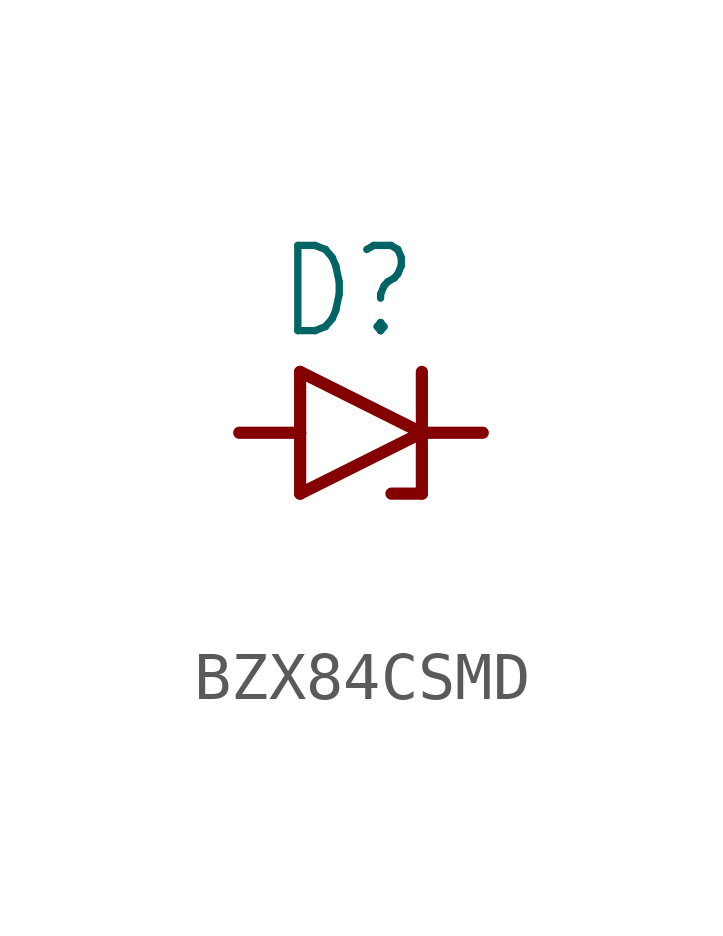
<source format=kicad_sym>
(kicad_symbol_lib
  (version 20231120)
  (generator "kicad_symbol_editor")
  (generator_version "8.0")
  (symbol "BZX84CSMD"
    (property "Reference" "D"
      (at -1.778 1.905 0)
      (effects (font (size 1.778 1.511)) (justify left bottom)))
    (property "Value" ""
      (at -1.778 -3.429 0)
      (effects (font (size 1.778 1.511)) (justify left bottom)))
    (property "ki_locked" ""
      (at 0 0 0)
      (effects (font (size 1.27 1.27))))
    (symbol "BZX84CSMD_1_0"
      (polyline (pts (xy -1.27 -1.27) (xy 1.27 0)) (stroke (width 0.254) (type solid)) (fill (type none)))
      (polyline (pts (xy -1.27 0) (xy -2.54 0)) (stroke (width 0.254) (type solid)) (fill (type none)))
      (polyline (pts (xy -1.27 0) (xy -1.27 -1.27)) (stroke (width 0.254) (type solid)) (fill (type none)))
      (polyline (pts (xy -1.27 1.27) (xy -1.27 0)) (stroke (width 0.254) (type solid)) (fill (type none)))
      (polyline (pts (xy 1.27 -1.27) (xy 0.635 -1.27)) (stroke (width 0.254) (type solid)) (fill (type none)))
      (polyline (pts (xy 1.27 0) (xy -1.27 1.27)) (stroke (width 0.254) (type solid)) (fill (type none)))
      (polyline (pts (xy 1.27 0) (xy 1.27 -1.27)) (stroke (width 0.254) (type solid)) (fill (type none)))
      (polyline (pts (xy 1.27 0) (xy 2.54 0)) (stroke (width 0.254) (type solid)) (fill (type none)))
      (polyline (pts (xy 1.27 1.27) (xy 1.27 0)) (stroke (width 0.254) (type solid)) (fill (type none)))
      (pin passive line (at -2.54 0 0) (length 0) (name "A" (effects (font (size 0 0)))) (number "A" (effects (font (size 0 0)))))
      (pin passive line (at 2.54 0 180) (length 0) (name "C" (effects (font (size 0 0)))) (number "C" (effects (font (size 0 0))))))))
</source>
